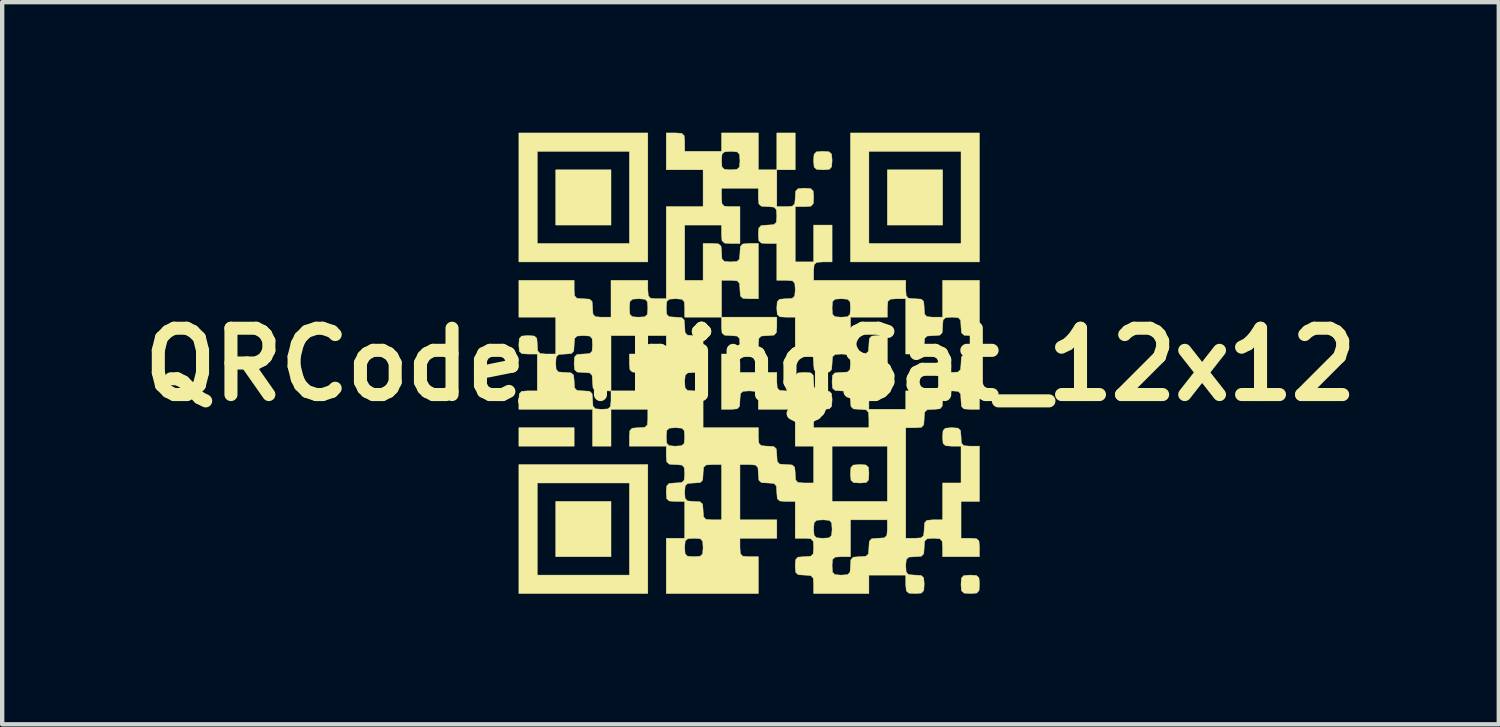
<source format=kicad_pcb>
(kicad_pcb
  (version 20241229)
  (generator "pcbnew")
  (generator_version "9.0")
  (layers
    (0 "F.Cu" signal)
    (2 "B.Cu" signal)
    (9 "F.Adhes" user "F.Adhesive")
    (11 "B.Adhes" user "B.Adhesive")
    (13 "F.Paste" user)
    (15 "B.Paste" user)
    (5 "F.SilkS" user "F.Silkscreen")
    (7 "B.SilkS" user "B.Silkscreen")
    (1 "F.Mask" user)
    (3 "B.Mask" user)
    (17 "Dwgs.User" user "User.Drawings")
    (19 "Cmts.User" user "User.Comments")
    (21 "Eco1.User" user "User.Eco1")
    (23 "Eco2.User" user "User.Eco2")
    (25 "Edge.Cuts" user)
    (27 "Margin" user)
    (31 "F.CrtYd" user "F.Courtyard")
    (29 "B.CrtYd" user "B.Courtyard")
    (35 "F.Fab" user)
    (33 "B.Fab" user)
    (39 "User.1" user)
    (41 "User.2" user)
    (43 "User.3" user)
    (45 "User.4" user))
  (footprint "QRCode_ThingSat_12x12"
    (layer "F.Cu")
    (at 14.195 5.327)
    (property "Reference" "QRCode_ThingSat_12x12" (at 0 0 0) (layer "F.SilkS") (effects (font (size 1.524 1.524) (thickness 0.3))))
    (attr through_hole)
    (fp_poly (pts (xy -4.052 1.875) (xy -5.322 1.875) (xy -5.322 1.451) (xy -4.052 1.451) (xy -4.052 1.875)) (stroke (width 0.01) (type solid)) (fill yes) (layer "F.SilkS"))
    (fp_poly (pts (xy -3.205 -3.205) (xy -4.475 -3.205) (xy -4.475 -4.475) (xy -3.205 -4.475) (xy -3.205 -3.205)) (stroke (width 0.01) (type solid)) (fill yes) (layer "F.SilkS"))
    (fp_poly (pts (xy -3.205 4.415) (xy -4.475 4.415) (xy -4.475 3.145) (xy -3.205 3.145) (xy -3.205 4.415)) (stroke (width 0.01) (type solid)) (fill yes) (layer "F.SilkS"))
    (fp_poly (pts (xy 1.028 -4.475) (xy 0.605 -4.475) (xy 0.605 -5.322) (xy 1.028 -5.322) (xy 1.028 -4.475)) (stroke (width 0.01) (type solid)) (fill yes) (layer "F.SilkS"))
    (fp_poly (pts (xy 4.415 -3.205) (xy 3.145 -3.205) (xy 3.145 -4.475) (xy 4.415 -4.475) (xy 4.415 -3.205)) (stroke (width 0.01) (type solid)) (fill yes) (layer "F.SilkS"))
    (fp_poly (pts (xy -2.359 -2.359) (xy -5.322 -2.359) (xy -5.322 -4.899) (xy -4.899 -4.899) (xy -4.899 -2.782) (xy -2.782 -2.782) (xy -2.782 -4.899) (xy -4.899 -4.899) (xy -5.322 -4.899) (xy -5.322 -5.322) (xy -2.359 -5.322) (xy -2.359 -2.359)) (stroke (width 0.01) (type solid)) (fill yes) (layer "F.SilkS"))
    (fp_poly (pts (xy -2.359 5.261) (xy -5.322 5.261) (xy -5.322 2.721) (xy -4.899 2.721) (xy -4.899 4.838) (xy -2.782 4.838) (xy -2.782 2.721) (xy -4.899 2.721) (xy -5.322 2.721) (xy -5.322 2.298) (xy -2.359 2.298) (xy -2.359 5.261)) (stroke (width 0.01) (type solid)) (fill yes) (layer "F.SilkS"))
    (fp_poly (pts (xy 5.261 -2.359) (xy 2.298 -2.359) (xy 2.298 -4.899) (xy 2.721 -4.899) (xy 2.721 -2.782) (xy 4.838 -2.782) (xy 4.838 -4.899) (xy 2.721 -4.899) (xy 2.298 -4.899) (xy 2.298 -5.322) (xy 5.261 -5.322) (xy 5.261 -2.359)) (stroke (width 0.01) (type solid)) (fill yes) (layer "F.SilkS"))
    (fp_poly (pts (xy 1.805 -4.889) (xy 1.863 -4.836) (xy 1.875 -4.703) (xy 1.875 -4.687) (xy 1.865 -4.545) (xy 1.813 -4.487) (xy 1.679 -4.475) (xy 1.663 -4.475) (xy 1.521 -4.485) (xy 1.463 -4.537) (xy 1.451 -4.671) (xy 1.451 -4.687) (xy 1.461 -4.829) (xy 1.514 -4.887) (xy 1.647 -4.899) (xy 1.663 -4.899) (xy 1.805 -4.889)) (stroke (width 0.01) (type solid)) (fill yes) (layer "F.SilkS"))
    (fp_poly (pts (xy 2.652 2.307) (xy 2.71 2.36) (xy 2.721 2.494) (xy 2.721 2.51) (xy 2.712 2.652) (xy 2.659 2.71) (xy 2.526 2.721) (xy 2.51 2.721) (xy 2.368 2.712) (xy 2.31 2.659) (xy 2.298 2.526) (xy 2.298 2.51) (xy 2.307 2.368) (xy 2.36 2.31) (xy 2.494 2.298) (xy 2.51 2.298) (xy 2.652 2.307)) (stroke (width 0.01) (type solid)) (fill yes) (layer "F.SilkS"))
    (fp_poly (pts (xy 5.192 4.847) (xy 5.25 4.9) (xy 5.261 5.034) (xy 5.261 5.05) (xy 5.252 5.192) (xy 5.199 5.25) (xy 5.066 5.261) (xy 5.05 5.261) (xy 4.908 5.252) (xy 4.85 5.199) (xy 4.838 5.066) (xy 4.838 5.05) (xy 4.847 4.908) (xy 4.9 4.85) (xy 5.034 4.838) (xy 5.05 4.838) (xy 5.192 4.847)) (stroke (width 0.01) (type solid)) (fill yes) (layer "F.SilkS"))
    (fp_poly (pts (xy 0.605 -0.877) (xy 0.595 -0.735) (xy 0.543 -0.677) (xy 0.409 -0.665) (xy 0.393 -0.665) (xy 0.251 -0.656) (xy 0.193 -0.603) (xy 0.181 -0.47) (xy 0.181 -0.454) (xy 0.172 -0.312) (xy 0.119 -0.254) (xy -0.014 -0.242) (xy -0.03 -0.242) (xy -0.172 -0.251) (xy -0.23 -0.304) (xy -0.242 -0.437) (xy -0.242 -0.454) (xy -0.251 -0.595) (xy -0.304 -0.654) (xy -0.437 -0.665) (xy -0.454 -0.665) (xy -0.595 -0.675) (xy -0.654 -0.727) (xy -0.665 -0.861) (xy -0.665 -0.877) (xy -0.665 -1.089) (xy 0.605 -1.089) (xy 0.605 -0.877)) (stroke (width 0.01) (type solid)) (fill yes) (layer "F.SilkS"))
    (fp_poly (pts (xy -1.582 -5.313) (xy -1.524 -5.26) (xy -1.512 -5.126) (xy -1.512 -5.11) (xy -1.512 -4.899) (xy -0.665 -4.899) (xy -0.665 -5.322) (xy 0.181 -5.322) (xy 0.181 -4.475) (xy 0.605 -4.475) (xy 0.605 -3.629) (xy 0.816 -3.629) (xy 0.958 -3.638) (xy 1.016 -3.691) (xy 1.028 -3.824) (xy 1.028 -3.84) (xy 1.037 -3.982) (xy 1.09 -4.04) (xy 1.224 -4.052) (xy 1.24 -4.052) (xy 1.382 -4.043) (xy 1.44 -3.99) (xy 1.451 -3.856) (xy 1.451 -3.84) (xy 1.442 -3.698) (xy 1.389 -3.64) (xy 1.256 -3.629) (xy 1.24 -3.629) (xy 1.028 -3.629) (xy 1.028 -2.359) (xy 1.451 -2.359) (xy 1.451 -3.205) (xy 1.875 -3.205) (xy 1.875 -2.359) (xy 1.663 -2.359) (xy 1.521 -2.349) (xy 1.463 -2.296) (xy 1.451 -2.163) (xy 1.451 -2.147) (xy 1.451 -1.935) (xy 3.568 -1.935) (xy 3.568 -1.724) (xy 3.577 -1.582) (xy 3.63 -1.524) (xy 3.764 -1.512) (xy 3.78 -1.512) (xy 3.922 -1.503) (xy 3.98 -1.45) (xy 3.991 -1.316) (xy 3.991 -1.3) (xy 4.001 -1.158) (xy 4.054 -1.1) (xy 4.187 -1.089) (xy 4.203 -1.089) (xy 4.415 -1.089) (xy 4.415 -1.935) (xy 5.261 -1.935) (xy 5.261 -0.665) (xy 5.05 -0.665) (xy 4.908 -0.675) (xy 4.85 -0.727) (xy 4.838 -0.861) (xy 4.838 -0.877) (xy 4.829 -1.019) (xy 4.776 -1.077) (xy 4.643 -1.089) (xy 4.626 -1.089) (xy 4.485 -1.079) (xy 4.426 -1.026) (xy 4.415 -0.893) (xy 4.415 -0.877) (xy 4.405 -0.735) (xy 4.353 -0.677) (xy 4.219 -0.665) (xy 4.203 -0.665) (xy 4.061 -0.656) (xy 4.003 -0.603) (xy 3.991 -0.47) (xy 3.991 -0.454) (xy 3.982 -0.312) (xy 3.929 -0.254) (xy 3.796 -0.242) (xy 3.78 -0.242) (xy 3.568 -0.242) (xy 3.568 -1.512) (xy 3.356 -1.512) (xy 3.215 -1.503) (xy 3.156 -1.45) (xy 3.145 -1.316) (xy 3.145 -1.3) (xy 3.145 -1.089) (xy 2.298 -1.089) (xy 2.298 -0.242) (xy 2.51 -0.242) (xy 2.652 -0.251) (xy 2.71 -0.304) (xy 2.721 -0.437) (xy 2.721 -0.454) (xy 2.731 -0.595) (xy 2.784 -0.654) (xy 2.917 -0.665) (xy 2.933 -0.665) (xy 3.145 -0.665) (xy 3.145 0.605) (xy 2.933 0.605) (xy 2.791 0.614) (xy 2.733 0.667) (xy 2.721 0.8) (xy 2.721 0.816) (xy 2.721 1.028) (xy 3.568 1.028) (xy 3.568 0.605) (xy 4.415 0.605) (xy 4.415 0.393) (xy 4.424 0.251) (xy 4.477 0.193) (xy 4.61 0.181) (xy 4.626 0.181) (xy 4.768 0.172) (xy 4.826 0.119) (xy 4.838 -0.014) (xy 4.838 -0.03) (xy 4.847 -0.172) (xy 4.9 -0.23) (xy 5.034 -0.242) (xy 5.05 -0.242) (xy 5.261 -0.242) (xy 5.261 1.028) (xy 5.05 1.028) (xy 4.908 1.019) (xy 4.85 0.966) (xy 4.838 0.833) (xy 4.838 0.816) (xy 4.829 0.675) (xy 4.776 0.616) (xy 4.643 0.605) (xy 4.626 0.605) (xy 4.485 0.614) (xy 4.426 0.667) (xy 4.415 0.8) (xy 4.415 0.816) (xy 4.405 0.958) (xy 4.353 1.016) (xy 4.219 1.028) (xy 4.203 1.028) (xy 4.061 1.037) (xy 4.003 1.09) (xy 3.991 1.224) (xy 3.991 1.24) (xy 3.982 1.382) (xy 3.929 1.44) (xy 3.796 1.451) (xy 3.78 1.451) (xy 3.568 1.451) (xy 3.568 3.991) (xy 3.78 3.991) (xy 3.922 3.982) (xy 3.98 3.929) (xy 3.991 3.796) (xy 3.991 3.78) (xy 4.001 3.638) (xy 4.054 3.58) (xy 4.187 3.568) (xy 4.203 3.568) (xy 4.415 3.568) (xy 4.415 2.721) (xy 4.838 2.721) (xy 4.838 1.875) (xy 4.626 1.875) (xy 4.485 1.865) (xy 4.426 1.813) (xy 4.415 1.679) (xy 4.415 1.663) (xy 4.424 1.521) (xy 4.477 1.463) (xy 4.61 1.451) (xy 4.626 1.451) (xy 4.768 1.461) (xy 4.826 1.514) (xy 4.838 1.647) (xy 4.838 1.663) (xy 4.847 1.805) (xy 4.9 1.863) (xy 5.034 1.875) (xy 5.05 1.875) (xy 5.261 1.875) (xy 5.261 3.145) (xy 4.838 3.145) (xy 4.838 3.991) (xy 5.05 3.991) (xy 5.192 4.001) (xy 5.25 4.054) (xy 5.261 4.187) (xy 5.261 4.203) (xy 5.261 4.415) (xy 4.415 4.415) (xy 4.415 4.203) (xy 4.405 4.061) (xy 4.353 4.003) (xy 4.219 3.991) (xy 4.203 3.991) (xy 4.061 4.001) (xy 4.003 4.054) (xy 3.991 4.187) (xy 3.991 4.203) (xy 3.982 4.345) (xy 3.929 4.403) (xy 3.796 4.415) (xy 3.78 4.415) (xy 3.638 4.424) (xy 3.58 4.477) (xy 3.568 4.61) (xy 3.568 4.626) (xy 3.577 4.768) (xy 3.63 4.826) (xy 3.764 4.838) (xy 3.78 4.838) (xy 3.922 4.847) (xy 3.98 4.9) (xy 3.991 5.034) (xy 3.991 5.05) (xy 3.982 5.192) (xy 3.929 5.25) (xy 3.796 5.261) (xy 3.78 5.261) (xy 3.638 5.252) (xy 3.58 5.199) (xy 3.568 5.066) (xy 3.568 5.05) (xy 3.568 4.838) (xy 2.721 4.838) (xy 2.721 5.261) (xy 1.451 5.261) (xy 1.451 5.05) (xy 1.442 4.908) (xy 1.389 4.85) (xy 1.256 4.838) (xy 1.24 4.838) (xy 1.098 4.829) (xy 1.04 4.776) (xy 1.028 4.643) (xy 1.028 4.626) (xy 1.875 4.626) (xy 1.884 4.768) (xy 1.937 4.826) (xy 2.07 4.838) (xy 2.086 4.838) (xy 2.228 4.829) (xy 2.286 4.776) (xy 2.298 4.643) (xy 2.298 4.626) (xy 2.307 4.485) (xy 2.36 4.426) (xy 2.494 4.415) (xy 2.51 4.415) (xy 2.652 4.405) (xy 2.71 4.353) (xy 2.721 4.219) (xy 2.721 4.203) (xy 2.731 4.061) (xy 2.784 4.003) (xy 2.917 3.991) (xy 2.933 3.991) (xy 3.075 3.982) (xy 3.133 3.929) (xy 3.145 3.796) (xy 3.145 3.78) (xy 3.145 3.568) (xy 2.298 3.568) (xy 2.298 4.415) (xy 2.086 4.415) (xy 1.945 4.424) (xy 1.886 4.477) (xy 1.875 4.61) (xy 1.875 4.626) (xy 1.028 4.626) (xy 1.037 4.485) (xy 1.09 4.426) (xy 1.224 4.415) (xy 1.24 4.415) (xy 1.382 4.405) (xy 1.44 4.353) (xy 1.451 4.219) (xy 1.451 4.203) (xy 1.442 4.061) (xy 1.389 4.003) (xy 1.256 3.991) (xy 1.24 3.991) (xy 1.028 3.991) (xy 1.028 3.78) (xy 1.451 3.78) (xy 1.461 3.922) (xy 1.514 3.98) (xy 1.647 3.991) (xy 1.663 3.991) (xy 1.805 3.982) (xy 1.863 3.929) (xy 1.875 3.796) (xy 1.875 3.78) (xy 1.865 3.638) (xy 1.813 3.58) (xy 1.679 3.568) (xy 1.663 3.568) (xy 1.521 3.577) (xy 1.463 3.63) (xy 1.451 3.764) (xy 1.451 3.78) (xy 1.028 3.78) (xy 1.028 3.145) (xy 0.816 3.145) (xy 0.675 3.135) (xy 0.616 3.083) (xy 0.605 2.949) (xy 0.605 2.933) (xy 0.595 2.791) (xy 0.543 2.733) (xy 0.409 2.721) (xy 0.393 2.721) (xy 0.251 2.712) (xy 0.193 2.659) (xy 0.181 2.526) (xy 0.181 2.51) (xy 0.172 2.368) (xy 0.119 2.31) (xy -0.014 2.298) (xy -0.03 2.298) (xy -0.242 2.298) (xy -0.242 3.568) (xy 0.605 3.568) (xy 0.605 3.991) (xy -0.242 3.991) (xy -0.242 4.203) (xy -0.233 4.345) (xy -0.18 4.403) (xy -0.046 4.415) (xy -0.03 4.415) (xy 0.181 4.415) (xy 0.181 5.261) (xy -1.935 5.261) (xy -1.935 4.203) (xy -1.512 4.203) (xy -1.503 4.345) (xy -1.45 4.403) (xy -1.316 4.415) (xy -1.3 4.415) (xy -1.158 4.405) (xy -1.1 4.353) (xy -1.089 4.219) (xy -1.089 4.203) (xy -1.098 4.061) (xy -1.151 4.003) (xy -1.284 3.991) (xy -1.3 3.991) (xy -1.442 4.001) (xy -1.5 4.054) (xy -1.512 4.187) (xy -1.512 4.203) (xy -1.935 4.203) (xy -1.935 3.991) (xy -1.512 3.991) (xy -1.512 3.145) (xy -1.724 3.145) (xy -1.865 3.135) (xy -1.924 3.083) (xy -1.935 2.949) (xy -1.935 2.933) (xy -1.512 2.933) (xy -1.503 3.075) (xy -1.45 3.133) (xy -1.316 3.145) (xy -1.3 3.145) (xy -1.158 3.154) (xy -1.1 3.207) (xy -1.089 3.34) (xy -1.089 3.356) (xy -1.079 3.498) (xy -1.026 3.556) (xy -0.893 3.568) (xy -0.877 3.568) (xy -0.665 3.568) (xy -0.665 2.298) (xy -0.877 2.298) (xy -1.019 2.307) (xy -1.077 2.36) (xy -1.089 2.494) (xy -1.089 2.51) (xy -1.098 2.652) (xy -1.151 2.71) (xy -1.284 2.721) (xy -1.3 2.721) (xy -1.442 2.731) (xy -1.5 2.784) (xy -1.512 2.917) (xy -1.512 2.933) (xy -1.935 2.933) (xy -1.926 2.791) (xy -1.873 2.733) (xy -1.74 2.721) (xy -1.724 2.721) (xy -1.582 2.712) (xy -1.524 2.659) (xy -1.512 2.526) (xy -1.512 2.51) (xy -1.521 2.368) (xy -1.574 2.31) (xy -1.707 2.298) (xy -1.724 2.298) (xy -1.865 2.289) (xy -1.924 2.236) (xy -1.935 2.103) (xy -1.935 2.086) (xy -1.935 1.875) (xy -2.782 1.875) (xy -2.782 1.663) (xy -1.935 1.663) (xy -1.926 1.805) (xy -1.873 1.863) (xy -1.74 1.875) (xy -1.724 1.875) (xy -1.582 1.865) (xy -1.524 1.813) (xy -1.512 1.679) (xy -1.512 1.663) (xy -1.521 1.521) (xy -1.574 1.463) (xy -1.707 1.451) (xy -1.724 1.451) (xy -1.865 1.461) (xy -1.924 1.514) (xy -1.935 1.647) (xy -1.935 1.663) (xy -2.782 1.663) (xy -2.773 1.521) (xy -2.72 1.463) (xy -2.586 1.451) (xy -2.57 1.451) (xy -2.428 1.442) (xy -2.37 1.389) (xy -2.359 1.256) (xy -2.359 1.24) (xy -2.359 1.028) (xy -3.205 1.028) (xy -3.205 1.875) (xy -3.629 1.875) (xy -3.629 1.028) (xy -5.322 1.028) (xy -5.322 0.816) (xy -5.313 0.675) (xy -5.26 0.616) (xy -5.126 0.605) (xy -5.11 0.605) (xy -4.899 0.605) (xy -4.899 -0.03) (xy -4.475 -0.03) (xy -4.466 0.112) (xy -4.413 0.17) (xy -4.28 0.181) (xy -4.264 0.181) (xy -4.122 0.191) (xy -4.064 0.244) (xy -4.052 0.377) (xy -4.052 0.393) (xy -4.043 0.535) (xy -3.99 0.593) (xy -3.856 0.605) (xy -3.84 0.605) (xy -3.698 0.614) (xy -3.64 0.667) (xy -3.629 0.8) (xy -3.629 0.816) (xy -3.619 0.958) (xy -3.566 1.016) (xy -3.433 1.028) (xy -3.417 1.028) (xy -3.275 1.019) (xy -3.217 0.966) (xy -3.205 0.833) (xy -3.205 0.816) (xy -3.205 0.605) (xy -3.417 0.605) (xy -3.559 0.595) (xy -3.617 0.543) (xy -3.629 0.409) (xy -3.629 0.393) (xy -3.638 0.251) (xy -3.691 0.193) (xy -3.824 0.181) (xy -3.84 0.181) (xy -3.982 0.172) (xy -4.04 0.119) (xy -4.052 -0.014) (xy -4.052 -0.03) (xy -4.043 -0.172) (xy -3.99 -0.23) (xy -3.856 -0.242) (xy -3.84 -0.242) (xy -3.698 -0.251) (xy -3.64 -0.304) (xy -3.629 -0.437) (xy -3.629 -0.454) (xy -3.638 -0.595) (xy -3.691 -0.654) (xy -3.824 -0.665) (xy -3.84 -0.665) (xy -3.205 -0.665) (xy -3.205 0.605) (xy -2.359 0.605) (xy -2.359 0.393) (xy -2.368 0.251) (xy -2.421 0.193) (xy -2.554 0.181) (xy -2.57 0.181) (xy -2.712 0.172) (xy -2.77 0.119) (xy -2.782 -0.014) (xy -2.782 -0.03) (xy -2.782 -0.242) (xy -1.935 -0.242) (xy -1.935 -0.665) (xy -3.205 -0.665) (xy -3.84 -0.665) (xy -3.982 -0.656) (xy -4.04 -0.603) (xy -4.052 -0.47) (xy -4.052 -0.454) (xy -4.061 -0.312) (xy -4.114 -0.254) (xy -4.247 -0.242) (xy -4.264 -0.242) (xy -4.405 -0.233) (xy -4.464 -0.18) (xy -4.475 -0.046) (xy -4.475 -0.03) (xy -4.899 -0.03) (xy -4.899 -0.242) (xy -5.11 -0.242) (xy -5.252 -0.251) (xy -5.31 -0.304) (xy -5.322 -0.437) (xy -5.322 -0.454) (xy -5.313 -0.595) (xy -5.26 -0.654) (xy -5.126 -0.665) (xy -5.11 -0.665) (xy -4.968 -0.656) (xy -4.91 -0.603) (xy -4.899 -0.47) (xy -4.899 -0.454) (xy -4.889 -0.312) (xy -4.836 -0.254) (xy -4.703 -0.242) (xy -4.687 -0.242) (xy -4.475 -0.242) (xy -4.475 -1.089) (xy -5.322 -1.089) (xy -5.322 -1.935) (xy -4.052 -1.935) (xy -4.052 -1.724) (xy -4.043 -1.582) (xy -3.99 -1.524) (xy -3.856 -1.512) (xy -3.84 -1.512) (xy -3.698 -1.503) (xy -3.64 -1.45) (xy -3.629 -1.316) (xy -3.629 -1.3) (xy -3.619 -1.158) (xy -3.566 -1.1) (xy -3.433 -1.089) (xy -3.417 -1.089) (xy -3.205 -1.089) (xy -3.205 -1.3) (xy -2.782 -1.3) (xy -2.773 -1.158) (xy -2.72 -1.1) (xy -2.586 -1.089) (xy -2.57 -1.089) (xy -2.428 -1.098) (xy -2.37 -1.151) (xy -2.359 -1.284) (xy -2.359 -1.3) (xy -1.935 -1.3) (xy -1.926 -1.158) (xy -1.873 -1.1) (xy -1.74 -1.089) (xy -1.724 -1.089) (xy -1.582 -1.079) (xy -1.524 -1.026) (xy -1.512 -0.893) (xy -1.512 -0.877) (xy -1.503 -0.735) (xy -1.45 -0.677) (xy -1.316 -0.665) (xy -1.3 -0.665) (xy -1.089 -0.665) (xy -1.089 0.181) (xy -1.3 0.181) (xy -1.442 0.191) (xy -1.5 0.244) (xy -1.512 0.377) (xy -1.512 0.393) (xy -1.503 0.535) (xy -1.45 0.593) (xy -1.316 0.605) (xy -1.3 0.605) (xy -1.089 0.605) (xy -1.089 1.451) (xy 0.181 1.451) (xy 0.181 1.663) (xy 0.191 1.805) (xy 0.244 1.863) (xy 0.377 1.875) (xy 0.393 1.875) (xy 0.535 1.884) (xy 0.593 1.937) (xy 0.605 2.07) (xy 0.605 2.086) (xy 0.614 2.228) (xy 0.667 2.286) (xy 0.8 2.298) (xy 0.816 2.298) (xy 0.958 2.307) (xy 1.016 2.36) (xy 1.028 2.494) (xy 1.028 2.51) (xy 1.037 2.652) (xy 1.09 2.71) (xy 1.224 2.721) (xy 1.24 2.721) (xy 1.451 2.721) (xy 1.451 1.875) (xy 1.875 1.875) (xy 1.875 3.145) (xy 3.145 3.145) (xy 3.145 1.875) (xy 1.875 1.875) (xy 1.451 1.875) (xy 1.028 1.875) (xy 1.028 1.028) (xy 0.181 1.028) (xy 0.181 0.816) (xy 0.172 0.675) (xy 0.119 0.616) (xy -0.014 0.605) (xy -0.03 0.605) (xy -0.172 0.614) (xy -0.23 0.667) (xy -0.242 0.8) (xy -0.242 0.816) (xy -0.251 0.958) (xy -0.304 1.016) (xy -0.437 1.028) (xy -0.454 1.028) (xy -0.665 1.028) (xy -0.665 -0.242) (xy -0.454 -0.242) (xy -0.312 -0.233) (xy -0.254 -0.18) (xy -0.242 -0.046) (xy -0.242 -0.03) (xy -0.242 0.181) (xy 0.605 0.181) (xy 0.605 0.393) (xy 0.614 0.535) (xy 0.667 0.593) (xy 0.8 0.605) (xy 0.816 0.605) (xy 0.958 0.595) (xy 1.016 0.543) (xy 1.028 0.409) (xy 1.028 0.393) (xy 1.037 0.251) (xy 1.09 0.193) (xy 1.224 0.181) (xy 1.24 0.181) (xy 1.382 0.191) (xy 1.44 0.244) (xy 1.451 0.377) (xy 1.451 0.393) (xy 1.461 0.535) (xy 1.514 0.593) (xy 1.647 0.605) (xy 1.663 0.605) (xy 1.805 0.614) (xy 1.863 0.667) (xy 1.875 0.8) (xy 1.875 0.816) (xy 1.865 0.958) (xy 1.813 1.016) (xy 1.679 1.028) (xy 1.663 1.028) (xy 1.521 1.037) (xy 1.463 1.09) (xy 1.451 1.224) (xy 1.451 1.24) (xy 1.451 1.451) (xy 2.721 1.451) (xy 2.721 1.24) (xy 2.712 1.098) (xy 2.659 1.04) (xy 2.526 1.028) (xy 2.51 1.028) (xy 2.368 1.019) (xy 2.31 0.966) (xy 2.298 0.833) (xy 2.298 0.816) (xy 2.289 0.675) (xy 2.236 0.616) (xy 2.103 0.605) (xy 2.086 0.605) (xy 1.945 0.595) (xy 1.886 0.543) (xy 1.875 0.409) (xy 1.875 0.393) (xy 1.884 0.251) (xy 1.937 0.193) (xy 2.07 0.181) (xy 2.086 0.181) (xy 2.228 0.172) (xy 2.286 0.119) (xy 2.298 -0.014) (xy 2.298 -0.03) (xy 2.289 -0.172) (xy 2.236 -0.23) (xy 2.103 -0.242) (xy 2.086 -0.242) (xy 1.945 -0.233) (xy 1.886 -0.18) (xy 1.875 -0.046) (xy 1.875 -0.03) (xy 1.865 0.112) (xy 1.813 0.17) (xy 1.679 0.181) (xy 1.663 0.181) (xy 1.521 0.172) (xy 1.463 0.119) (xy 1.451 -0.014) (xy 1.451 -0.03) (xy 1.442 -0.172) (xy 1.389 -0.23) (xy 1.256 -0.242) (xy 1.24 -0.242) (xy 1.028 -0.242) (xy 1.028 -1.089) (xy 0.816 -1.089) (xy 0.675 -1.098) (xy 0.616 -1.151) (xy 0.605 -1.284) (xy 0.605 -1.3) (xy 1.875 -1.3) (xy 1.884 -1.158) (xy 1.937 -1.1) (xy 2.07 -1.089) (xy 2.086 -1.089) (xy 2.228 -1.098) (xy 2.286 -1.151) (xy 2.298 -1.284) (xy 2.298 -1.3) (xy 2.289 -1.442) (xy 2.236 -1.5) (xy 2.103 -1.512) (xy 2.086 -1.512) (xy 1.945 -1.503) (xy 1.886 -1.45) (xy 1.875 -1.316) (xy 1.875 -1.3) (xy 0.605 -1.3) (xy 0.614 -1.442) (xy 0.667 -1.5) (xy 0.8 -1.512) (xy 0.816 -1.512) (xy 0.958 -1.521) (xy 1.016 -1.574) (xy 1.028 -1.707) (xy 1.028 -1.724) (xy 1.019 -1.865) (xy 0.966 -1.924) (xy 0.833 -1.935) (xy 0.816 -1.935) (xy 0.605 -1.935) (xy 0.605 -2.782) (xy 0.393 -2.782) (xy 0.251 -2.791) (xy 0.193 -2.844) (xy 0.181 -2.977) (xy 0.181 -2.994) (xy 0.191 -3.135) (xy 0.244 -3.194) (xy 0.377 -3.205) (xy 0.393 -3.205) (xy 0.535 -3.215) (xy 0.593 -3.267) (xy 0.605 -3.401) (xy 0.605 -3.417) (xy 0.595 -3.559) (xy 0.543 -3.617) (xy 0.409 -3.629) (xy 0.393 -3.629) (xy 0.251 -3.638) (xy 0.193 -3.691) (xy 0.181 -3.824) (xy 0.181 -3.84) (xy 0.181 -4.052) (xy -0.665 -4.052) (xy -0.665 -3.84) (xy -0.656 -3.698) (xy -0.603 -3.64) (xy -0.47 -3.629) (xy -0.454 -3.629) (xy -0.242 -3.629) (xy -0.242 -2.782) (xy -0.454 -2.782) (xy -0.595 -2.791) (xy -0.654 -2.844) (xy -0.665 -2.977) (xy -0.665 -2.994) (xy -0.665 -3.205) (xy -1.512 -3.205) (xy -1.512 -1.935) (xy -1.089 -1.935) (xy -1.089 -2.782) (xy -0.877 -2.782) (xy -0.735 -2.773) (xy -0.677 -2.72) (xy -0.665 -2.586) (xy -0.665 -2.57) (xy -0.656 -2.428) (xy -0.603 -2.37) (xy -0.47 -2.359) (xy -0.454 -2.359) (xy -0.312 -2.368) (xy -0.254 -2.421) (xy -0.242 -2.554) (xy -0.242 -2.57) (xy -0.233 -2.712) (xy -0.18 -2.77) (xy -0.046 -2.782) (xy -0.03 -2.782) (xy 0.181 -2.782) (xy 0.181 -1.512) (xy -0.03 -1.512) (xy -0.172 -1.521) (xy -0.23 -1.574) (xy -0.242 -1.707) (xy -0.242 -1.724) (xy -0.251 -1.865) (xy -0.304 -1.924) (xy -0.437 -1.935) (xy -0.454 -1.935) (xy -0.665 -1.935) (xy -0.665 -1.089) (xy -1.512 -1.089) (xy -1.512 -1.3) (xy -1.521 -1.442) (xy -1.574 -1.5) (xy -1.707 -1.512) (xy -1.724 -1.512) (xy -1.865 -1.503) (xy -1.924 -1.45) (xy -1.935 -1.316) (xy -1.935 -1.3) (xy -2.359 -1.3) (xy -2.368 -1.442) (xy -2.421 -1.5) (xy -2.554 -1.512) (xy -2.57 -1.512) (xy -2.712 -1.503) (xy -2.77 -1.45) (xy -2.782 -1.316) (xy -2.782 -1.3) (xy -3.205 -1.3) (xy -3.205 -1.935) (xy -2.359 -1.935) (xy -2.359 -1.724) (xy -2.349 -1.582) (xy -2.296 -1.524) (xy -2.163 -1.512) (xy -2.147 -1.512) (xy -1.935 -1.512) (xy -1.935 -3.629) (xy -1.089 -3.629) (xy -1.089 -4.475) (xy -1.935 -4.475) (xy -1.935 -4.687) (xy -0.665 -4.687) (xy -0.656 -4.545) (xy -0.603 -4.487) (xy -0.47 -4.475) (xy -0.454 -4.475) (xy -0.312 -4.485) (xy -0.254 -4.537) (xy -0.242 -4.671) (xy -0.242 -4.687) (xy -0.251 -4.829) (xy -0.304 -4.887) (xy -0.437 -4.899) (xy -0.454 -4.899) (xy -0.595 -4.889) (xy -0.654 -4.836) (xy -0.665 -4.703) (xy -0.665 -4.687) (xy -1.935 -4.687) (xy -1.935 -5.322) (xy -1.724 -5.322) (xy -1.582 -5.313)) (stroke (width 0.01) (type solid)) (fill yes) (layer "F.SilkS")))
  (gr_rect
    (start -3 -3)
    (end 31.39 13.593)
    (stroke (width 0.1) (type default))
    (fill no)
    (layer "Edge.Cuts")))
</source>
